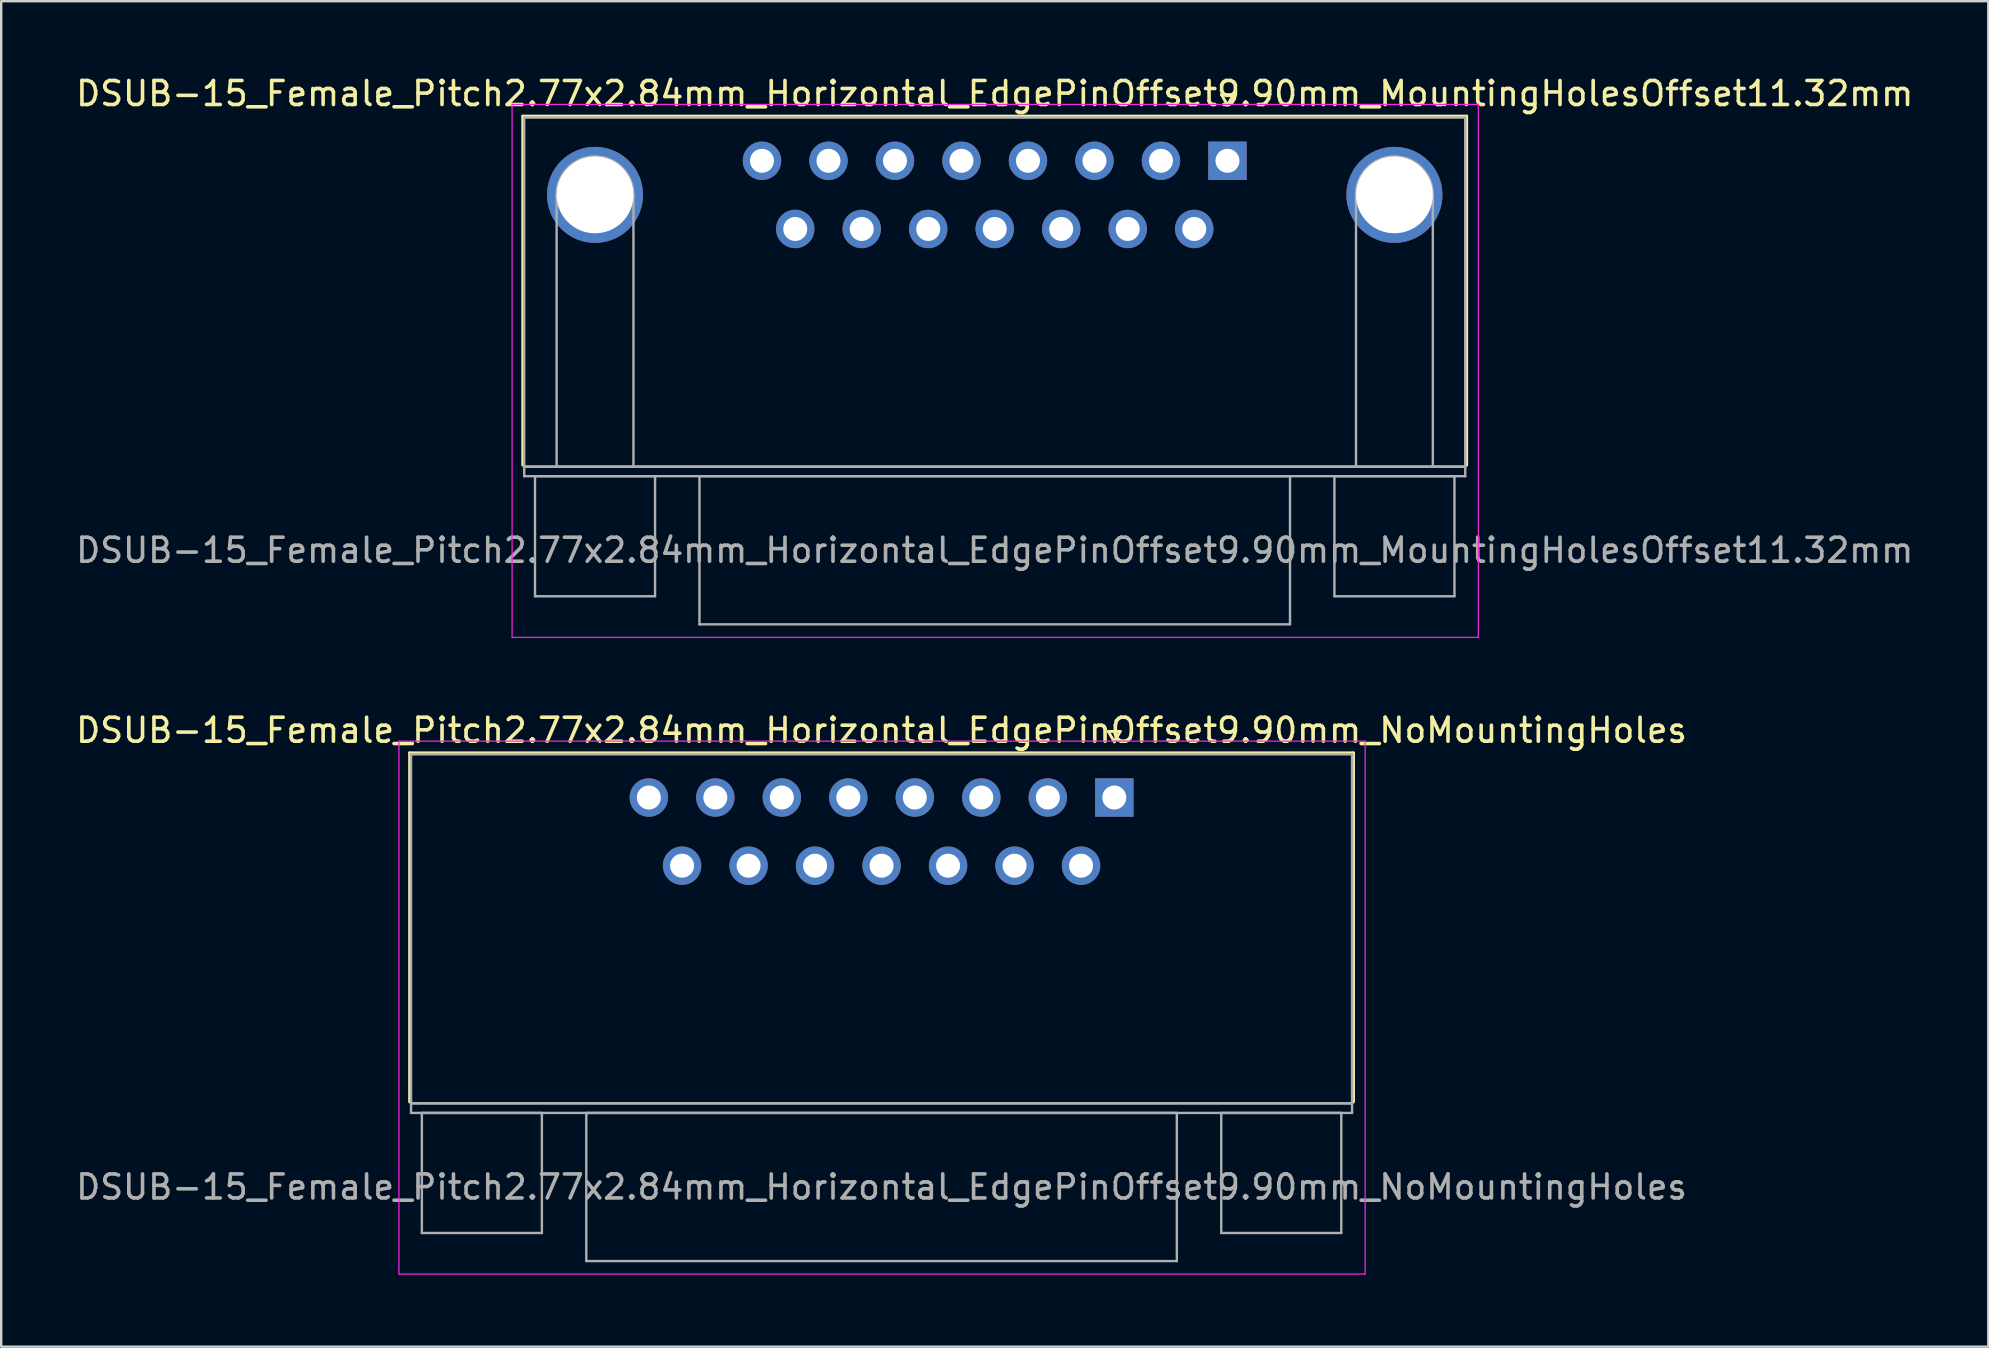
<source format=kicad_pcb>
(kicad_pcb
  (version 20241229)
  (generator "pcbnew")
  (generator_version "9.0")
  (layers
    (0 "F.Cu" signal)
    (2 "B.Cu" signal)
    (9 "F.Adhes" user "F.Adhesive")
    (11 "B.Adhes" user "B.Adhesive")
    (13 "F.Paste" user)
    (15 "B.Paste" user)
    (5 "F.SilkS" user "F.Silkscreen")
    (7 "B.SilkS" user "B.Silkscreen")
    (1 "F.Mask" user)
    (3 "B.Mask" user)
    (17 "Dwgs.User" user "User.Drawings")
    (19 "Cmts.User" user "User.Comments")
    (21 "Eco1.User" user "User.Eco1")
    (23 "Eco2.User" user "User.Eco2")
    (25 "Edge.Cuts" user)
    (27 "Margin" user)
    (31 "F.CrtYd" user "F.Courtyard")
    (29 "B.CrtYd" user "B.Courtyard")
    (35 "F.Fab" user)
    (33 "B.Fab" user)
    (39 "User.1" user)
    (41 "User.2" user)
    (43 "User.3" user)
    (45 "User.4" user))
  (footprint "DSUB-15_Female_Pitch2.77x2.84mm_Horizontal_EdgePinOffset9.90mm_NoMountingHoles"
    (layer "F.Cu")
    (at 43.368 30.172)
    (property "Reference" "DSUB-15_Female_Pitch2.77x2.84mm_Horizontal_EdgePinOffset9.90mm_NoMountingHoles" (at -9.695 -2.8 0) (layer "F.SilkS") (effects (font (size 1 1) (thickness 0.15))))
    (attr through_hole)
    (fp_line (start -29.355 -1.86) (end 9.965 -1.86) (stroke (width 0.12) (type solid)) (layer "F.SilkS"))
    (fp_line (start -29.355 12.68) (end -29.355 -1.86) (stroke (width 0.12) (type solid)) (layer "F.SilkS"))
    (fp_line (start -0.25 -2.754) (end 0.25 -2.754) (stroke (width 0.12) (type solid)) (layer "F.SilkS"))
    (fp_line (start 0 -2.321) (end -0.25 -2.754) (stroke (width 0.12) (type solid)) (layer "F.SilkS"))
    (fp_line (start 0.25 -2.754) (end 0 -2.321) (stroke (width 0.12) (type solid)) (layer "F.SilkS"))
    (fp_line (start 9.965 -1.86) (end 9.965 12.68) (stroke (width 0.12) (type solid)) (layer "F.SilkS"))
    (fp_line (start -29.8 -2.35) (end -29.8 19.85) (stroke (width 0.05) (type solid)) (layer "F.CrtYd"))
    (fp_line (start -29.8 19.85) (end 10.45 19.85) (stroke (width 0.05) (type solid)) (layer "F.CrtYd"))
    (fp_line (start 10.45 -2.35) (end -29.8 -2.35) (stroke (width 0.05) (type solid)) (layer "F.CrtYd"))
    (fp_line (start 10.45 19.85) (end 10.45 -2.35) (stroke (width 0.05) (type solid)) (layer "F.CrtYd"))
    (fp_line (start -29.295 -1.8) (end -29.295 12.74) (stroke (width 0.1) (type solid)) (layer "F.Fab"))
    (fp_line (start -29.295 12.74) (end -29.295 13.14) (stroke (width 0.1) (type solid)) (layer "F.Fab"))
    (fp_line (start -29.295 12.74) (end 9.905 12.74) (stroke (width 0.1) (type solid)) (layer "F.Fab"))
    (fp_line (start -29.295 13.14) (end 9.905 13.14) (stroke (width 0.1) (type solid)) (layer "F.Fab"))
    (fp_line (start -28.845 13.14) (end -28.845 18.14) (stroke (width 0.1) (type solid)) (layer "F.Fab"))
    (fp_line (start -28.845 18.14) (end -23.845 18.14) (stroke (width 0.1) (type solid)) (layer "F.Fab"))
    (fp_line (start -23.845 13.14) (end -28.845 13.14) (stroke (width 0.1) (type solid)) (layer "F.Fab"))
    (fp_line (start -23.845 18.14) (end -23.845 13.14) (stroke (width 0.1) (type solid)) (layer "F.Fab"))
    (fp_line (start -21.995 13.14) (end -21.995 19.31) (stroke (width 0.1) (type solid)) (layer "F.Fab"))
    (fp_line (start -21.995 19.31) (end 2.605 19.31) (stroke (width 0.1) (type solid)) (layer "F.Fab"))
    (fp_line (start 2.605 13.14) (end -21.995 13.14) (stroke (width 0.1) (type solid)) (layer "F.Fab"))
    (fp_line (start 2.605 19.31) (end 2.605 13.14) (stroke (width 0.1) (type solid)) (layer "F.Fab"))
    (fp_line (start 4.455 13.14) (end 4.455 18.14) (stroke (width 0.1) (type solid)) (layer "F.Fab"))
    (fp_line (start 4.455 18.14) (end 9.455 18.14) (stroke (width 0.1) (type solid)) (layer "F.Fab"))
    (fp_line (start 9.455 13.14) (end 4.455 13.14) (stroke (width 0.1) (type solid)) (layer "F.Fab"))
    (fp_line (start 9.455 18.14) (end 9.455 13.14) (stroke (width 0.1) (type solid)) (layer "F.Fab"))
    (fp_line (start 9.905 -1.8) (end -29.295 -1.8) (stroke (width 0.1) (type solid)) (layer "F.Fab"))
    (fp_line (start 9.905 12.74) (end -29.295 12.74) (stroke (width 0.1) (type solid)) (layer "F.Fab"))
    (fp_line (start 9.905 12.74) (end 9.905 -1.8) (stroke (width 0.1) (type solid)) (layer "F.Fab"))
    (fp_line (start 9.905 13.14) (end 9.905 12.74) (stroke (width 0.1) (type solid)) (layer "F.Fab"))
    (fp_text user "${REFERENCE}" (at -9.695 16.225 0) (layer "F.Fab") (effects (font (size 1 1) (thickness 0.15))))
    (pad "1" thru_hole rect (at 0 0) (size 1.6 1.6) (drill 1) (layers "*.Cu" "*.Mask"))
    (pad "2" thru_hole circle (at -2.77 0) (size 1.6 1.6) (drill 1) (layers "*.Cu" "*.Mask"))
    (pad "3" thru_hole circle (at -5.54 0) (size 1.6 1.6) (drill 1) (layers "*.Cu" "*.Mask"))
    (pad "4" thru_hole circle (at -8.31 0) (size 1.6 1.6) (drill 1) (layers "*.Cu" "*.Mask"))
    (pad "5" thru_hole circle (at -11.08 0) (size 1.6 1.6) (drill 1) (layers "*.Cu" "*.Mask"))
    (pad "6" thru_hole circle (at -13.85 0) (size 1.6 1.6) (drill 1) (layers "*.Cu" "*.Mask"))
    (pad "7" thru_hole circle (at -16.62 0) (size 1.6 1.6) (drill 1) (layers "*.Cu" "*.Mask"))
    (pad "8" thru_hole circle (at -19.39 0) (size 1.6 1.6) (drill 1) (layers "*.Cu" "*.Mask"))
    (pad "9" thru_hole circle (at -1.385 2.84) (size 1.6 1.6) (drill 1) (layers "*.Cu" "*.Mask"))
    (pad "10" thru_hole circle (at -4.155 2.84) (size 1.6 1.6) (drill 1) (layers "*.Cu" "*.Mask"))
    (pad "11" thru_hole circle (at -6.925 2.84) (size 1.6 1.6) (drill 1) (layers "*.Cu" "*.Mask"))
    (pad "12" thru_hole circle (at -9.695 2.84) (size 1.6 1.6) (drill 1) (layers "*.Cu" "*.Mask"))
    (pad "13" thru_hole circle (at -12.465 2.84) (size 1.6 1.6) (drill 1) (layers "*.Cu" "*.Mask"))
    (pad "14" thru_hole circle (at -15.235 2.84) (size 1.6 1.6) (drill 1) (layers "*.Cu" "*.Mask"))
    (pad "15" thru_hole circle (at -18.005 2.84) (size 1.6 1.6) (drill 1) (layers "*.Cu" "*.Mask")))
  (footprint "DSUB-15_Female_Pitch2.77x2.84mm_Horizontal_EdgePinOffset9.90mm_MountingHolesOffset11.32mm"
    (layer "F.Cu")
    (at 48.082 3.648)
    (property "Reference" "DSUB-15_Female_Pitch2.77x2.84mm_Horizontal_EdgePinOffset9.90mm_MountingHolesOffset11.32mm" (at -9.695 -2.8 0) (layer "F.SilkS") (effects (font (size 1 1) (thickness 0.15))))
    (attr through_hole)
    (fp_line (start -29.355 -1.86) (end 9.965 -1.86) (stroke (width 0.12) (type solid)) (layer "F.SilkS"))
    (fp_line (start -29.355 12.68) (end -29.355 -1.86) (stroke (width 0.12) (type solid)) (layer "F.SilkS"))
    (fp_line (start -0.25 -2.754) (end 0.25 -2.754) (stroke (width 0.12) (type solid)) (layer "F.SilkS"))
    (fp_line (start 0 -2.321) (end -0.25 -2.754) (stroke (width 0.12) (type solid)) (layer "F.SilkS"))
    (fp_line (start 0.25 -2.754) (end 0 -2.321) (stroke (width 0.12) (type solid)) (layer "F.SilkS"))
    (fp_line (start 9.965 -1.86) (end 9.965 12.68) (stroke (width 0.12) (type solid)) (layer "F.SilkS"))
    (fp_line (start -29.8 -2.35) (end -29.8 19.85) (stroke (width 0.05) (type solid)) (layer "F.CrtYd"))
    (fp_line (start -29.8 19.85) (end 10.45 19.85) (stroke (width 0.05) (type solid)) (layer "F.CrtYd"))
    (fp_line (start 10.45 -2.35) (end -29.8 -2.35) (stroke (width 0.05) (type solid)) (layer "F.CrtYd"))
    (fp_line (start 10.45 19.85) (end 10.45 -2.35) (stroke (width 0.05) (type solid)) (layer "F.CrtYd"))
    (fp_line (start -29.295 -1.8) (end -29.295 12.74) (stroke (width 0.1) (type solid)) (layer "F.Fab"))
    (fp_line (start -29.295 12.74) (end -29.295 13.14) (stroke (width 0.1) (type solid)) (layer "F.Fab"))
    (fp_line (start -29.295 12.74) (end 9.905 12.74) (stroke (width 0.1) (type solid)) (layer "F.Fab"))
    (fp_line (start -29.295 13.14) (end 9.905 13.14) (stroke (width 0.1) (type solid)) (layer "F.Fab"))
    (fp_line (start -28.845 13.14) (end -28.845 18.14) (stroke (width 0.1) (type solid)) (layer "F.Fab"))
    (fp_line (start -28.845 18.14) (end -23.845 18.14) (stroke (width 0.1) (type solid)) (layer "F.Fab"))
    (fp_line (start -27.945 12.74) (end -27.945 1.42) (stroke (width 0.1) (type solid)) (layer "F.Fab"))
    (fp_line (start -24.745 12.74) (end -24.745 1.42) (stroke (width 0.1) (type solid)) (layer "F.Fab"))
    (fp_line (start -23.845 13.14) (end -28.845 13.14) (stroke (width 0.1) (type solid)) (layer "F.Fab"))
    (fp_line (start -23.845 18.14) (end -23.845 13.14) (stroke (width 0.1) (type solid)) (layer "F.Fab"))
    (fp_line (start -21.995 13.14) (end -21.995 19.31) (stroke (width 0.1) (type solid)) (layer "F.Fab"))
    (fp_line (start -21.995 19.31) (end 2.605 19.31) (stroke (width 0.1) (type solid)) (layer "F.Fab"))
    (fp_line (start 2.605 13.14) (end -21.995 13.14) (stroke (width 0.1) (type solid)) (layer "F.Fab"))
    (fp_line (start 2.605 19.31) (end 2.605 13.14) (stroke (width 0.1) (type solid)) (layer "F.Fab"))
    (fp_line (start 4.455 13.14) (end 4.455 18.14) (stroke (width 0.1) (type solid)) (layer "F.Fab"))
    (fp_line (start 4.455 18.14) (end 9.455 18.14) (stroke (width 0.1) (type solid)) (layer "F.Fab"))
    (fp_line (start 5.355 12.74) (end 5.355 1.42) (stroke (width 0.1) (type solid)) (layer "F.Fab"))
    (fp_line (start 8.555 12.74) (end 8.555 1.42) (stroke (width 0.1) (type solid)) (layer "F.Fab"))
    (fp_line (start 9.455 13.14) (end 4.455 13.14) (stroke (width 0.1) (type solid)) (layer "F.Fab"))
    (fp_line (start 9.455 18.14) (end 9.455 13.14) (stroke (width 0.1) (type solid)) (layer "F.Fab"))
    (fp_line (start 9.905 -1.8) (end -29.295 -1.8) (stroke (width 0.1) (type solid)) (layer "F.Fab"))
    (fp_line (start 9.905 12.74) (end -29.295 12.74) (stroke (width 0.1) (type solid)) (layer "F.Fab"))
    (fp_line (start 9.905 12.74) (end 9.905 -1.8) (stroke (width 0.1) (type solid)) (layer "F.Fab"))
    (fp_line (start 9.905 13.14) (end 9.905 12.74) (stroke (width 0.1) (type solid)) (layer "F.Fab"))
    (fp_arc (start -27.945 1.42) (mid -26.345 -0.18) (end -24.745 1.42) (stroke (width 0.1) (type solid)) (layer "F.Fab"))
    (fp_arc (start 5.355 1.42) (mid 6.955 -0.18) (end 8.555 1.42) (stroke (width 0.1) (type solid)) (layer "F.Fab"))
    (fp_text user "${REFERENCE}" (at -9.695 16.225 0) (layer "F.Fab") (effects (font (size 1 1) (thickness 0.15))))
    (pad "0" thru_hole circle (at -26.345 1.42) (size 4 4) (drill 3.2) (layers "*.Cu" "*.Mask"))
    (pad "0" thru_hole circle (at 6.955 1.42) (size 4 4) (drill 3.2) (layers "*.Cu" "*.Mask"))
    (pad "1" thru_hole rect (at 0 0) (size 1.6 1.6) (drill 1) (layers "*.Cu" "*.Mask"))
    (pad "2" thru_hole circle (at -2.77 0) (size 1.6 1.6) (drill 1) (layers "*.Cu" "*.Mask"))
    (pad "3" thru_hole circle (at -5.54 0) (size 1.6 1.6) (drill 1) (layers "*.Cu" "*.Mask"))
    (pad "4" thru_hole circle (at -8.31 0) (size 1.6 1.6) (drill 1) (layers "*.Cu" "*.Mask"))
    (pad "5" thru_hole circle (at -11.08 0) (size 1.6 1.6) (drill 1) (layers "*.Cu" "*.Mask"))
    (pad "6" thru_hole circle (at -13.85 0) (size 1.6 1.6) (drill 1) (layers "*.Cu" "*.Mask"))
    (pad "7" thru_hole circle (at -16.62 0) (size 1.6 1.6) (drill 1) (layers "*.Cu" "*.Mask"))
    (pad "8" thru_hole circle (at -19.39 0) (size 1.6 1.6) (drill 1) (layers "*.Cu" "*.Mask"))
    (pad "9" thru_hole circle (at -1.385 2.84) (size 1.6 1.6) (drill 1) (layers "*.Cu" "*.Mask"))
    (pad "10" thru_hole circle (at -4.155 2.84) (size 1.6 1.6) (drill 1) (layers "*.Cu" "*.Mask"))
    (pad "11" thru_hole circle (at -6.925 2.84) (size 1.6 1.6) (drill 1) (layers "*.Cu" "*.Mask"))
    (pad "12" thru_hole circle (at -9.695 2.84) (size 1.6 1.6) (drill 1) (layers "*.Cu" "*.Mask"))
    (pad "13" thru_hole circle (at -12.465 2.84) (size 1.6 1.6) (drill 1) (layers "*.Cu" "*.Mask"))
    (pad "14" thru_hole circle (at -15.235 2.84) (size 1.6 1.6) (drill 1) (layers "*.Cu" "*.Mask"))
    (pad "15" thru_hole circle (at -18.005 2.84) (size 1.6 1.6) (drill 1) (layers "*.Cu" "*.Mask")))
  (gr_rect
    (start -3 -3)
    (end 79.774 53.047)
    (stroke (width 0.1) (type default))
    (fill no)
    (layer "Edge.Cuts")))
</source>
